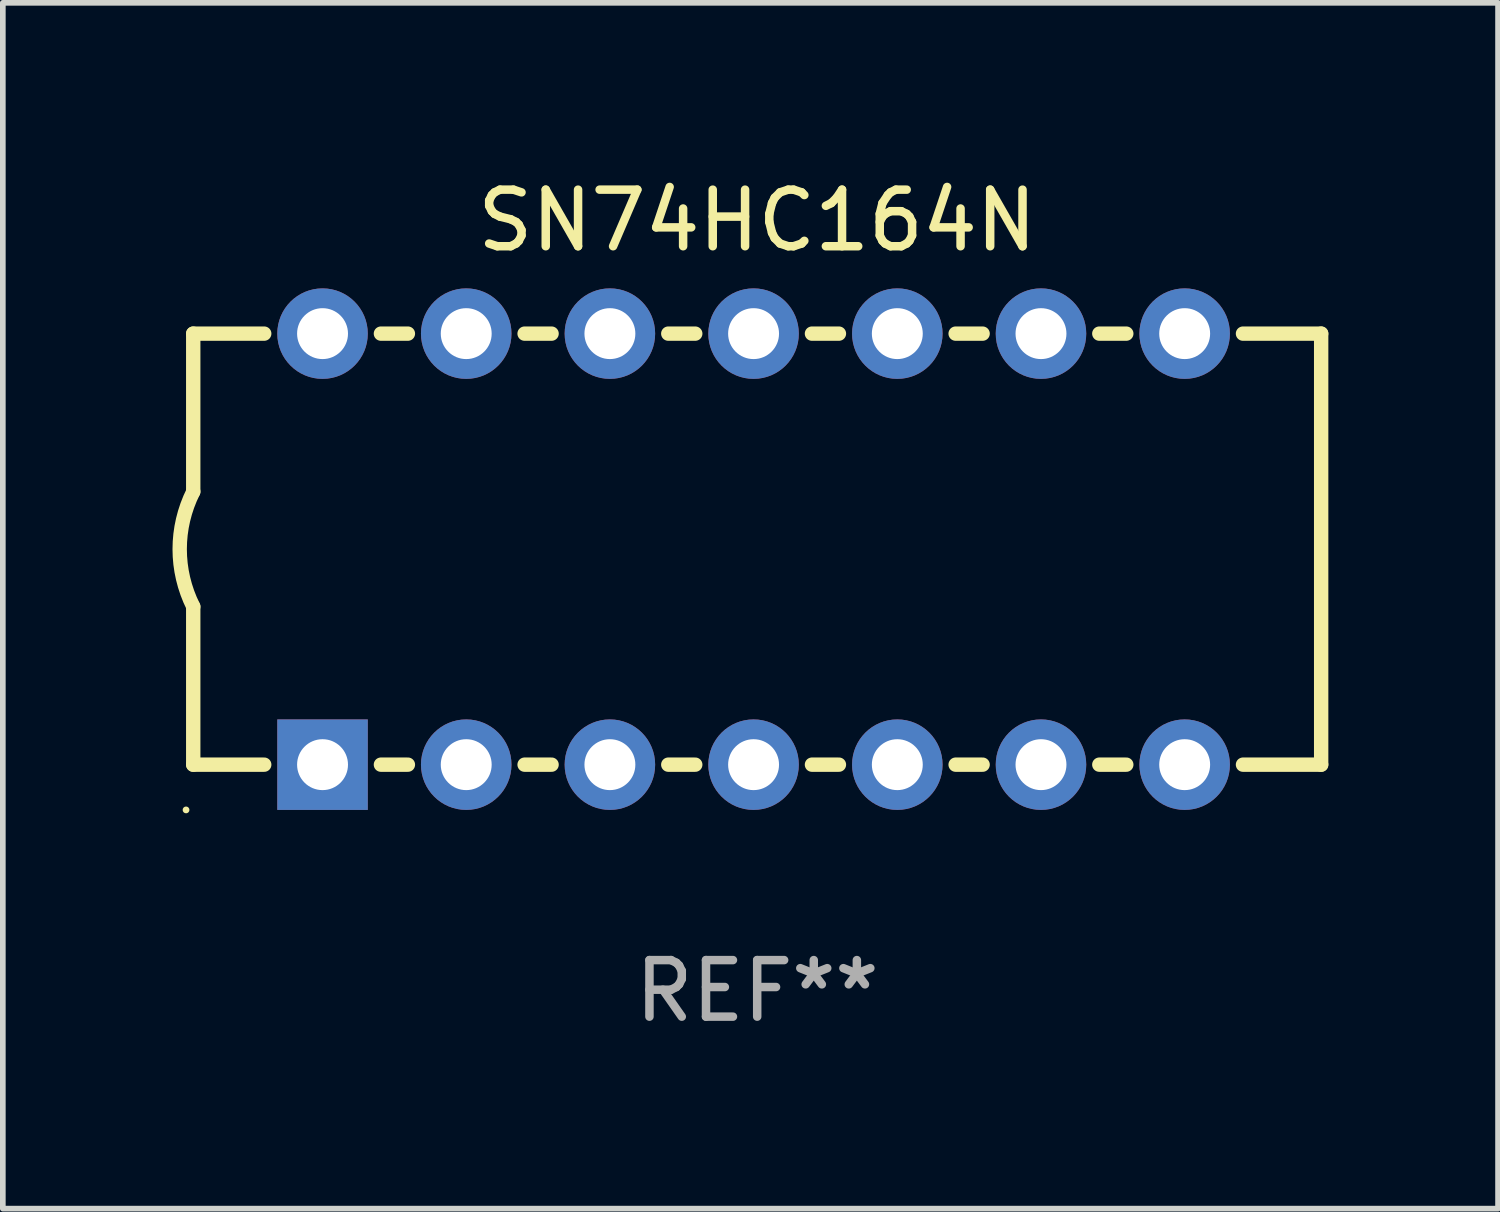
<source format=kicad_pcb>
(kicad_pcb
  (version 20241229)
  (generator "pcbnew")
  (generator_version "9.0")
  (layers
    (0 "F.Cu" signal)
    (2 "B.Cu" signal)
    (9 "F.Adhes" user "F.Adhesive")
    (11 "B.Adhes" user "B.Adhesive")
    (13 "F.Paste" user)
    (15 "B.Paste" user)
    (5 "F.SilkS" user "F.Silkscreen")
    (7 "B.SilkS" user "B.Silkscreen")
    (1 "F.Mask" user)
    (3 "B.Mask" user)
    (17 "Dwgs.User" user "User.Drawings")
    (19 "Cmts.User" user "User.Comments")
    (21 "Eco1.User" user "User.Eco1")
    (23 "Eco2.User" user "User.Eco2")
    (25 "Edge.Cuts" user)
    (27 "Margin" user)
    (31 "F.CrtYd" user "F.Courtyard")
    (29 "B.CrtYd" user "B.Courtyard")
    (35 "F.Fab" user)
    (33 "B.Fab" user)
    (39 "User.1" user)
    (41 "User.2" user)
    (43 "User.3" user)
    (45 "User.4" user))
  (footprint "SN74HC164N"
    (layer "F.Cu")
    (at 10.336 6.658)
    (property "Reference" "SN74HC164N" (at 0 -5.81 0) (layer "F.SilkS") (effects (font (size 1 1) (thickness 0.15))))
    (attr through_hole)
    (fp_line (start -9.97 -3.81) (end -9.97 -1.016) (stroke (width 0.254) (type solid)) (layer "F.SilkS"))
    (fp_line (start -9.97 -3.81) (end -8.715 -3.81) (stroke (width 0.254) (type solid)) (layer "F.SilkS"))
    (fp_line (start -9.97 3.81) (end -9.97 1.016) (stroke (width 0.254) (type solid)) (layer "F.SilkS"))
    (fp_line (start -8.715 3.81) (end -9.97 3.81) (stroke (width 0.254) (type solid)) (layer "F.SilkS"))
    (fp_line (start -6.652 -3.81) (end -6.175 -3.81) (stroke (width 0.254) (type solid)) (layer "F.SilkS"))
    (fp_line (start -6.175 3.81) (end -6.652 3.81) (stroke (width 0.254) (type solid)) (layer "F.SilkS"))
    (fp_line (start -4.112 -3.81) (end -3.635 -3.81) (stroke (width 0.254) (type solid)) (layer "F.SilkS"))
    (fp_line (start -3.635 3.81) (end -4.112 3.81) (stroke (width 0.254) (type solid)) (layer "F.SilkS"))
    (fp_line (start -1.572 -3.81) (end -1.095 -3.81) (stroke (width 0.254) (type solid)) (layer "F.SilkS"))
    (fp_line (start -1.095 3.81) (end -1.572 3.81) (stroke (width 0.254) (type solid)) (layer "F.SilkS"))
    (fp_line (start 0.968 -3.81) (end 1.445 -3.81) (stroke (width 0.254) (type solid)) (layer "F.SilkS"))
    (fp_line (start 1.445 3.81) (end 0.968 3.81) (stroke (width 0.254) (type solid)) (layer "F.SilkS"))
    (fp_line (start 3.508 -3.81) (end 3.985 -3.81) (stroke (width 0.254) (type solid)) (layer "F.SilkS"))
    (fp_line (start 3.985 3.81) (end 3.508 3.81) (stroke (width 0.254) (type solid)) (layer "F.SilkS"))
    (fp_line (start 6.048 -3.81) (end 6.525 -3.81) (stroke (width 0.254) (type solid)) (layer "F.SilkS"))
    (fp_line (start 6.525 3.81) (end 6.048 3.81) (stroke (width 0.254) (type solid)) (layer "F.SilkS"))
    (fp_line (start 8.588 -3.81) (end 9.97 -3.81) (stroke (width 0.254) (type solid)) (layer "F.SilkS"))
    (fp_line (start 9.97 -3.81) (end 9.97 3.81) (stroke (width 0.254) (type solid)) (layer "F.SilkS"))
    (fp_line (start 9.97 3.81) (end 8.588 3.81) (stroke (width 0.254) (type solid)) (layer "F.SilkS"))
    (fp_arc (start -9.96952 1.016002) (mid -10.209366 0) (end -9.96952 -1.016002) (stroke (width 0.254001) (type solid)) (layer "F.SilkS"))
    (fp_circle (center -10.097 4.61) (end -10.067 4.61) (stroke (width 0.06) (type solid)) (fill no) (layer "F.SilkS"))
    (fp_text user "REF**" (at 0 7.81 0) (layer "F.Fab") (effects (font (size 1 1) (thickness 0.15))))
    (pad "1" thru_hole rect (at -7.684 3.81) (size 1.6 1.6) (drill 0.9) (layers "*.Cu" "*.Mask"))
    (pad "2" thru_hole circle (at -5.144 3.81) (size 1.6 1.6) (drill 0.9) (layers "*.Cu" "*.Mask"))
    (pad "3" thru_hole circle (at -2.604 3.81) (size 1.6 1.6) (drill 0.9) (layers "*.Cu" "*.Mask"))
    (pad "4" thru_hole circle (at -0.064 3.81) (size 1.6 1.6) (drill 0.9) (layers "*.Cu" "*.Mask"))
    (pad "5" thru_hole circle (at 2.477 3.81) (size 1.6 1.6) (drill 0.9) (layers "*.Cu" "*.Mask"))
    (pad "6" thru_hole circle (at 5.017 3.81) (size 1.6 1.6) (drill 0.9) (layers "*.Cu" "*.Mask"))
    (pad "7" thru_hole circle (at 7.557 3.81) (size 1.6 1.6) (drill 0.9) (layers "*.Cu" "*.Mask"))
    (pad "8" thru_hole circle (at 7.557 -3.81) (size 1.6 1.6) (drill 0.9) (layers "*.Cu" "*.Mask"))
    (pad "9" thru_hole circle (at 5.017 -3.81) (size 1.6 1.6) (drill 0.9) (layers "*.Cu" "*.Mask"))
    (pad "10" thru_hole circle (at 2.477 -3.81) (size 1.6 1.6) (drill 0.9) (layers "*.Cu" "*.Mask"))
    (pad "11" thru_hole circle (at -0.064 -3.81) (size 1.6 1.6) (drill 0.9) (layers "*.Cu" "*.Mask"))
    (pad "12" thru_hole circle (at -2.604 -3.81) (size 1.6 1.6) (drill 0.9) (layers "*.Cu" "*.Mask"))
    (pad "13" thru_hole circle (at -5.144 -3.81) (size 1.6 1.6) (drill 0.9) (layers "*.Cu" "*.Mask"))
    (pad "14" thru_hole circle (at -7.684 -3.81) (size 1.6 1.6) (drill 0.9) (layers "*.Cu" "*.Mask")))
  (gr_rect
    (start -3 -3)
    (end 23.433 18.317)
    (stroke (width 0.1) (type default))
    (fill no)
    (layer "Edge.Cuts")))
</source>
